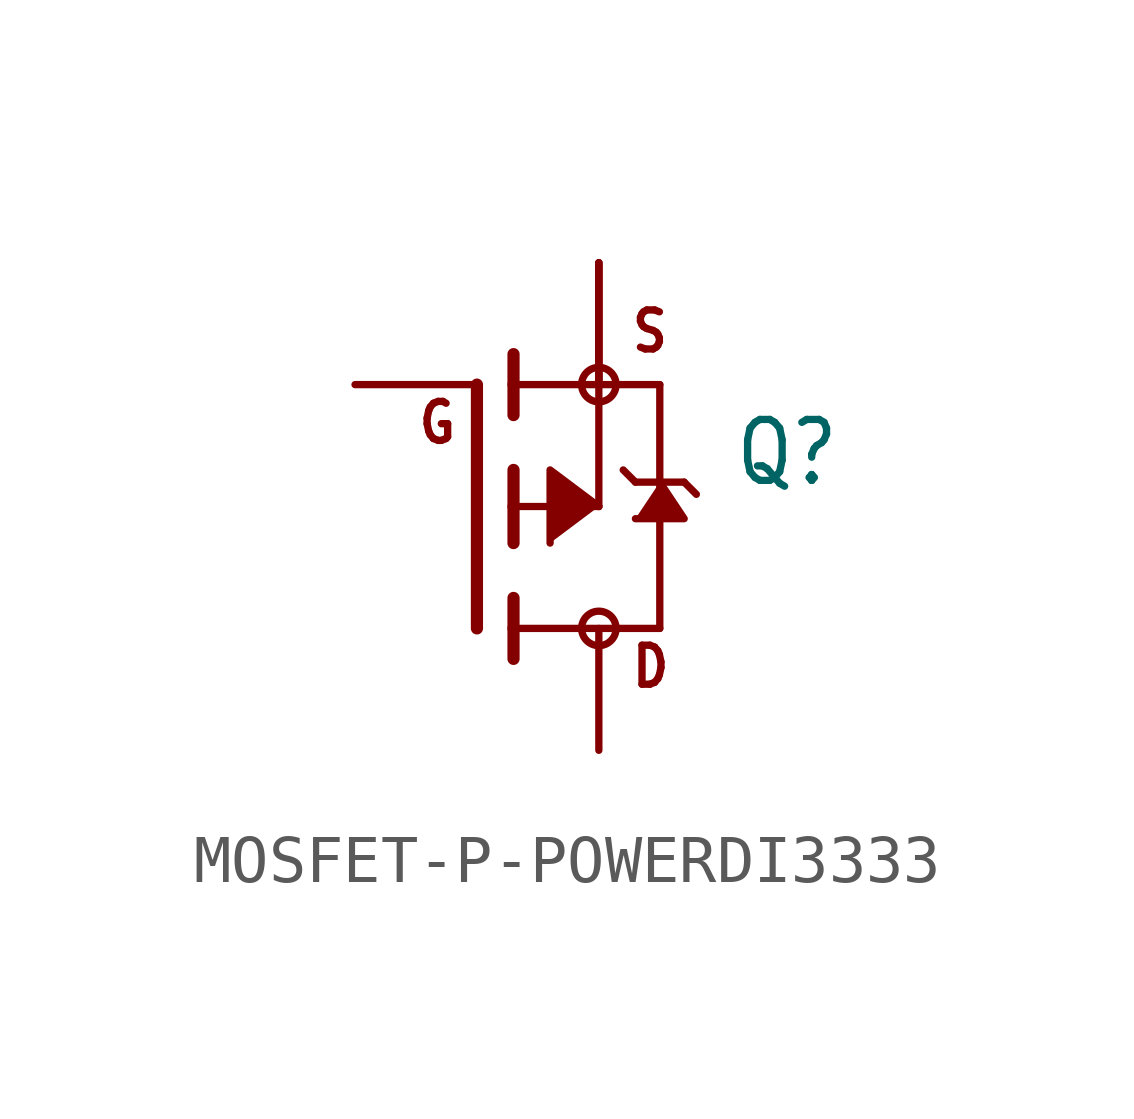
<source format=kicad_sym>
(kicad_symbol_lib
  (version 20231120)
  (generator "kicad_symbol_editor")
  (generator_version "8.0")
  (symbol "MOSFET-P-POWERDI3333"
    (property "Reference" "Q"
      (at 2.794 0.381 0)
      (effects (font (size 1.27 1.079)) (justify left bottom)))
    (property "Value" ""
      (at 2.794 -1.905 0)
      (effects (font (size 1.27 1.079)) (justify left bottom)))
    (property "ki_locked" ""
      (at 0 0 0)
      (effects (font (size 1.27 1.27))))
    (symbol "MOSFET-P-POWERDI3333_1_0"
      (circle (center 0 -2.54) (radius 0.359) (stroke (width 0) (type solid)) (fill (type none)))
      (polyline (pts (xy -2.54 -2.54) (xy -2.54 2.54)) (stroke (width 0.254) (type solid)) (fill (type none)))
      (polyline (pts (xy -1.778 -3.175) (xy -1.778 -2.54)) (stroke (width 0.254) (type solid)) (fill (type none)))
      (polyline (pts (xy -1.778 -2.54) (xy -1.778 -1.905)) (stroke (width 0.254) (type solid)) (fill (type none)))
      (polyline (pts (xy -1.778 -2.54) (xy 1.27 -2.54)) (stroke (width 0.152) (type solid)) (fill (type none)))
      (polyline (pts (xy -1.778 -0.762) (xy -1.778 0)) (stroke (width 0.254) (type solid)) (fill (type none)))
      (polyline (pts (xy -1.778 0) (xy -1.778 0.762)) (stroke (width 0.254) (type solid)) (fill (type none)))
      (polyline (pts (xy -1.778 0) (xy 0 0)) (stroke (width 0.152) (type solid)) (fill (type none)))
      (polyline (pts (xy -1.778 1.905) (xy -1.778 2.54)) (stroke (width 0.254) (type solid)) (fill (type none)))
      (polyline (pts (xy -1.778 2.54) (xy -1.778 3.175)) (stroke (width 0.254) (type solid)) (fill (type none)))
      (polyline (pts (xy 0 0) (xy 0 2.54)) (stroke (width 0.152) (type solid)) (fill (type none)))
      (polyline (pts (xy 0 2.54) (xy -1.778 2.54)) (stroke (width 0.152) (type solid)) (fill (type none)))
      (polyline (pts (xy 0 2.54) (xy 1.27 2.54)) (stroke (width 0.152) (type solid)) (fill (type none)))
      (polyline (pts (xy 0.508 0.762) (xy 0.762 0.508)) (stroke (width 0.152) (type solid)) (fill (type none)))
      (polyline (pts (xy 0.762 0.508) (xy 1.27 0.508)) (stroke (width 0.152) (type solid)) (fill (type none)))
      (polyline (pts (xy 1.27 -2.54) (xy 1.27 0.508)) (stroke (width 0.152) (type solid)) (fill (type none)))
      (polyline (pts (xy 1.27 0.508) (xy 1.27 2.54)) (stroke (width 0.152) (type solid)) (fill (type none)))
      (polyline (pts (xy 1.27 0.508) (xy 1.778 0.508)) (stroke (width 0.152) (type solid)) (fill (type none)))
      (polyline (pts (xy 1.778 0.508) (xy 2.032 0.254)) (stroke (width 0.152) (type solid)) (fill (type none)))
      (polyline (pts (xy 0 0) (xy -1.016 0.762) (xy -1.016 -0.762)) (stroke (width 0.152) (type solid)) (fill (type outline)))
      (polyline (pts (xy 1.27 0.508) (xy 1.778 -0.254) (xy 0.762 -0.254)) (stroke (width 0.152) (type solid)) (fill (type outline)))
      (circle (center 0 2.54) (radius 0.359) (stroke (width 0) (type solid)) (fill (type none)))
      (text "D" (at 0.635 -3.81 0) (effects (font (size 0.813 0.691)) (justify left bottom)))
      (text "G" (at -3.81 1.27 0) (effects (font (size 0.813 0.691)) (justify left bottom)))
      (text "S" (at 0.635 3.175 0) (effects (font (size 0.813 0.691)) (justify left bottom)))
      (pin passive line (at 0 5.08 270) (length 2.54) (name "S" (effects (font (size 0 0)))) (number "1" (effects (font (size 0 0)))))
      (pin passive line (at 0 5.08 270) (length 2.54) (name "S" (effects (font (size 0 0)))) (number "2" (effects (font (size 0 0)))))
      (pin passive line (at 0 5.08 270) (length 2.54) (name "S" (effects (font (size 0 0)))) (number "3" (effects (font (size 0 0)))))
      (pin passive line (at -5.08 2.54 0) (length 2.54) (name "G" (effects (font (size 0 0)))) (number "4" (effects (font (size 0 0)))))
      (pin passive line (at 0 -5.08 90) (length 2.54) (name "D" (effects (font (size 0 0)))) (number "5678" (effects (font (size 0 0))))))))
</source>
